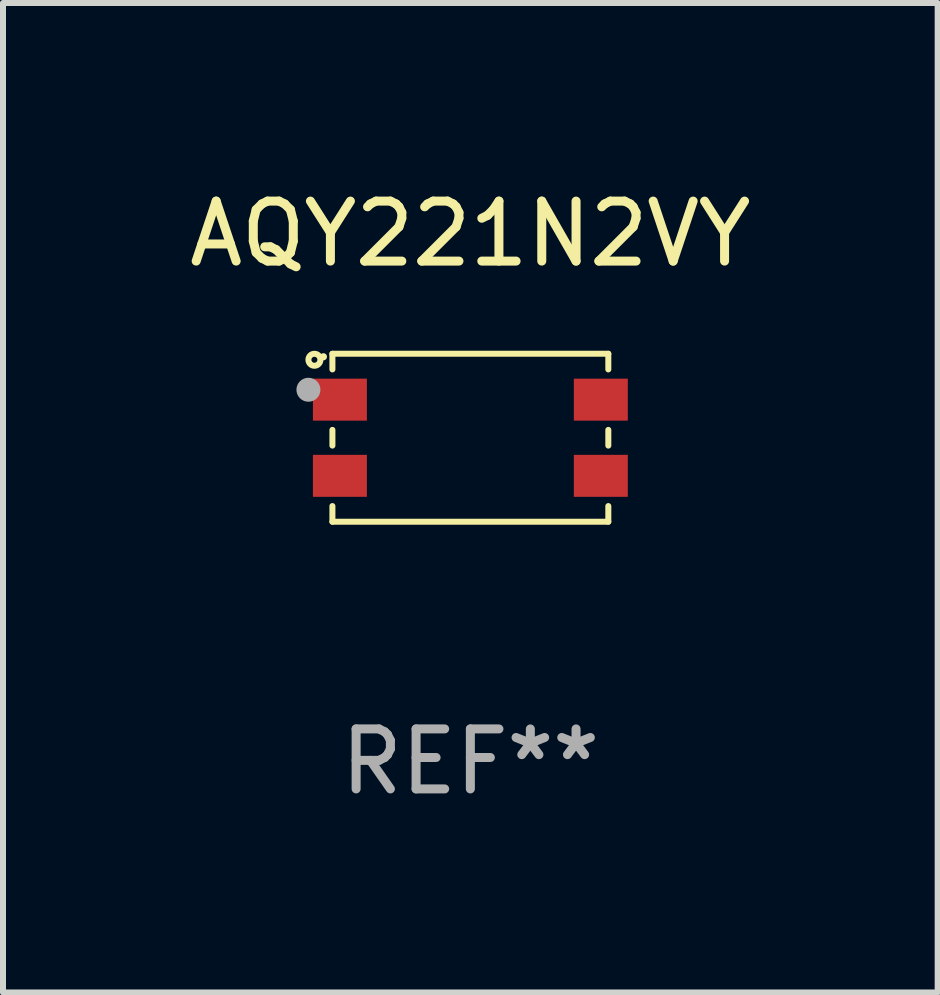
<source format=kicad_pcb>
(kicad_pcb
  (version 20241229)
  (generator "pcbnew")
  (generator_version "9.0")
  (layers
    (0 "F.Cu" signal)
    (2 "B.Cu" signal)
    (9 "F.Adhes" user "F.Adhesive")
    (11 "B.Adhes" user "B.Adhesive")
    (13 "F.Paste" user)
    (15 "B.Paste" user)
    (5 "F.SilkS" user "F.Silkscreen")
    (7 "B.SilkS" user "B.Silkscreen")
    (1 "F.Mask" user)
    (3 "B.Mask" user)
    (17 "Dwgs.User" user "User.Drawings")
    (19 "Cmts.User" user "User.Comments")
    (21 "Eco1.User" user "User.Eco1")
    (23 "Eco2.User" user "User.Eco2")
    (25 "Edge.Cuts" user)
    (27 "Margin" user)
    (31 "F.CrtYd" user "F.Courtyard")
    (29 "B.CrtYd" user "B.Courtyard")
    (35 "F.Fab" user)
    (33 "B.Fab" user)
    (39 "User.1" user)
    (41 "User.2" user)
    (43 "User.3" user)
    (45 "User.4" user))
  (footprint "AQY221N2VY"
    (layer "F.Cu")
    (at 4.792 4.248)
    (property "Reference" "AQY221N2VY" (at 0 -3.4 0) (layer "F.SilkS") (effects (font (size 1 1) (thickness 0.15))))
    (attr through_hole)
    (fp_line (start -2.3 -1.4) (end 2.3 -1.4) (stroke (width 0.1) (type solid)) (layer "F.SilkS"))
    (fp_line (start -2.3 -1.139) (end -2.3 -1.4) (stroke (width 0.1) (type solid)) (layer "F.SilkS"))
    (fp_line (start -2.3 0.131) (end -2.3 -0.131) (stroke (width 0.1) (type solid)) (layer "F.SilkS"))
    (fp_line (start -2.3 1.4) (end -2.3 1.139) (stroke (width 0.1) (type solid)) (layer "F.SilkS"))
    (fp_line (start 2.3 -1.4) (end 2.3 -1.139) (stroke (width 0.1) (type solid)) (layer "F.SilkS"))
    (fp_line (start 2.3 -0.131) (end 2.3 0.131) (stroke (width 0.1) (type solid)) (layer "F.SilkS"))
    (fp_line (start 2.3 1.139) (end 2.3 1.4) (stroke (width 0.1) (type solid)) (layer "F.SilkS"))
    (fp_line (start 2.3 1.4) (end -2.3 1.4) (stroke (width 0.1) (type solid)) (layer "F.SilkS"))
    (fp_circle (center -2.6 -1.3) (end -2.5 -1.3) (stroke (width 0.1) (type solid)) (fill no) (layer "F.SilkS"))
    (fp_circle (center -2.45 -1.35) (end -2.42 -1.35) (stroke (width 0.06) (type solid)) (fill no) (layer "F.SilkS"))
    (fp_circle (center -2.7 -0.8) (end -2.6 -0.8) (stroke (width 0.2) (type solid)) (fill no) (layer "F.Fab"))
    (fp_text user "REF**" (at 0 5.4 0) (layer "F.Fab") (effects (font (size 1 1) (thickness 0.15))))
    (pad "1" smd rect (at -2.175 -0.635) (size 0.9 0.7) (layers "F.Cu" "F.Mask" "F.Paste"))
    (pad "2" smd rect (at -2.175 0.635) (size 0.9 0.7) (layers "F.Cu" "F.Mask" "F.Paste"))
    (pad "3" smd rect (at 2.175 0.635) (size 0.9 0.7) (layers "F.Cu" "F.Mask" "F.Paste"))
    (pad "4" smd rect (at 2.175 -0.635) (size 0.9 0.7) (layers "F.Cu" "F.Mask" "F.Paste")))
  (gr_rect
    (start -3 -3)
    (end 12.583 13.496)
    (stroke (width 0.1) (type default))
    (fill no)
    (layer "Edge.Cuts")))
</source>
